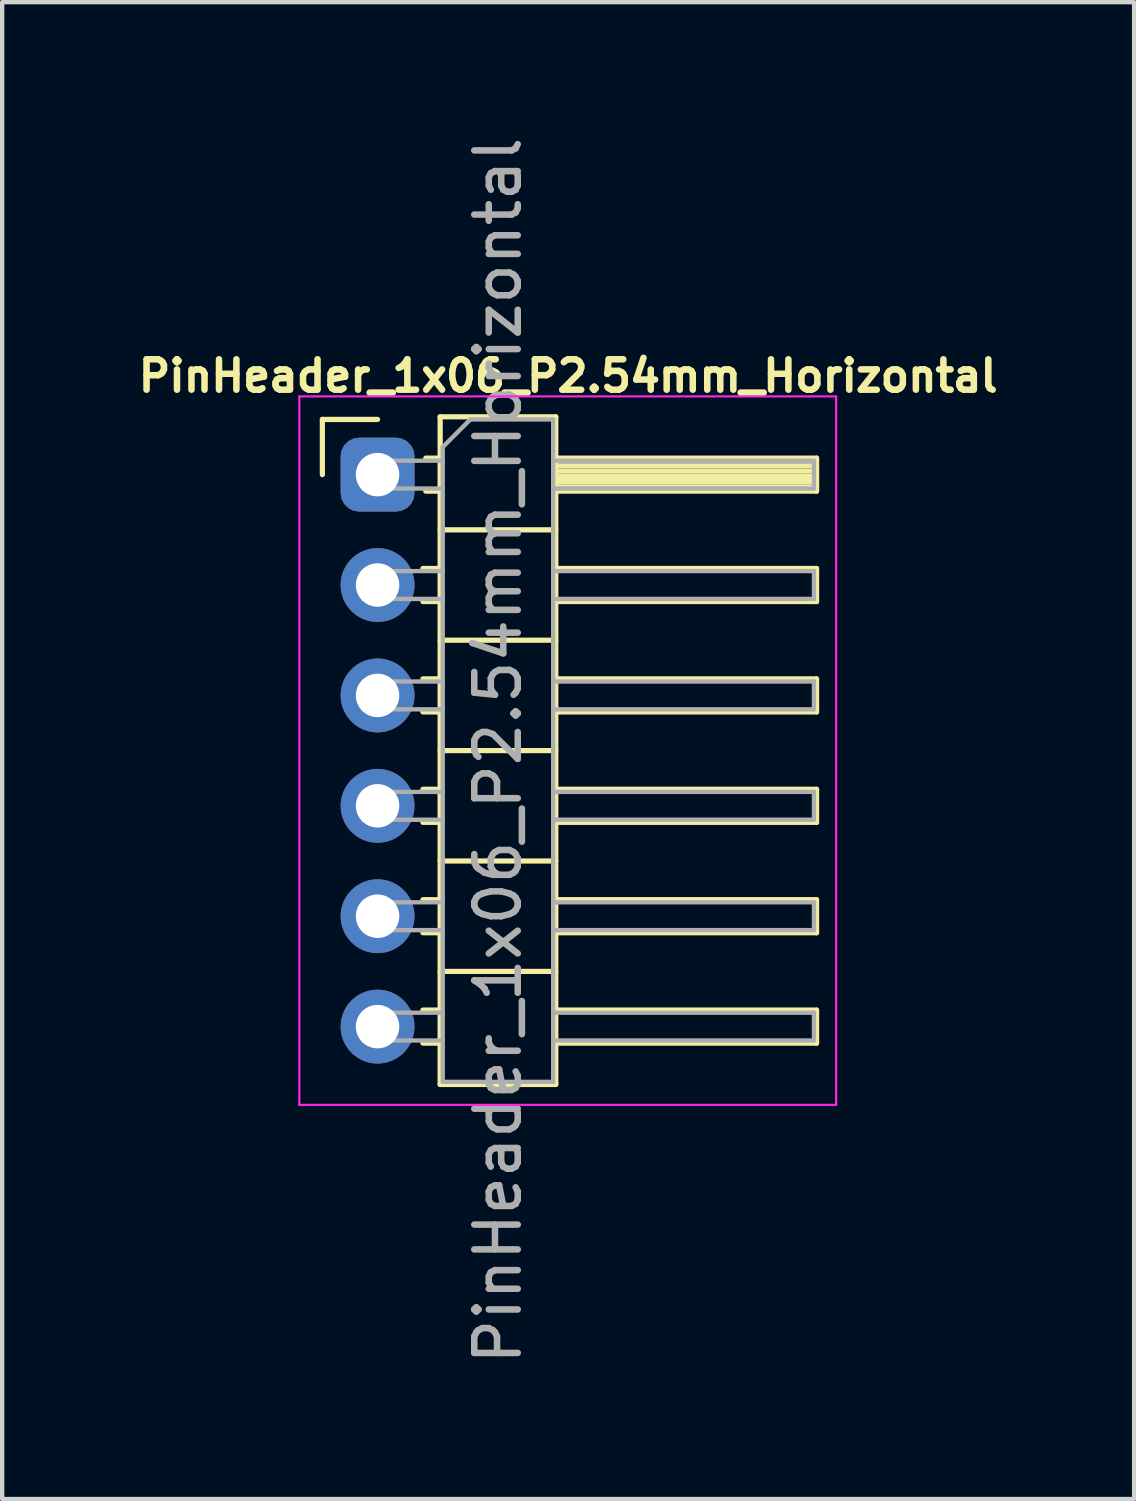
<source format=kicad_pcb>
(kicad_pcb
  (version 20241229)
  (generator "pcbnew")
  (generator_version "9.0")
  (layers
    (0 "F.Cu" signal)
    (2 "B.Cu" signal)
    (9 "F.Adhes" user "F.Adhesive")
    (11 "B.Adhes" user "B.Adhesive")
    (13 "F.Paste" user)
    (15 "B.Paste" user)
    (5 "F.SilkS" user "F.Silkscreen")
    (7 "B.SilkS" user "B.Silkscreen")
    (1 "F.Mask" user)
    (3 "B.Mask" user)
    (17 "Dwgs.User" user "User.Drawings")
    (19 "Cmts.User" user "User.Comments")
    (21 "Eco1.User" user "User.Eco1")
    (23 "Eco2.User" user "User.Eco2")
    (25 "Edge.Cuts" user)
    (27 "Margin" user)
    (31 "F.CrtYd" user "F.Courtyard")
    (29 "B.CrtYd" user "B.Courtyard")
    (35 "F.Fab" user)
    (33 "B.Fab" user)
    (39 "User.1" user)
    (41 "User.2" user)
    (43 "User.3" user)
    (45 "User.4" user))
  (footprint "PinHeader_1x06_P2.54mm_Horizontal"
    (layer "F.Cu")
    (at 5.637 7.87)
    (property "Reference" "PinHeader_1x06_P2.54mm_Horizontal" (at 4.385 -2.27 0) (layer "F.SilkS") (effects (font (size 0.7 0.7) (thickness 0.15))))
    (attr through_hole)
    (fp_line (start -1.27 -1.27) (end 0 -1.27) (stroke (width 0.12) (type solid)) (layer "F.SilkS"))
    (fp_line (start -1.27 0) (end -1.27 -1.27) (stroke (width 0.12) (type solid)) (layer "F.SilkS"))
    (fp_line (start 1.043 2.16) (end 1.44 2.16) (stroke (width 0.12) (type solid)) (layer "F.SilkS"))
    (fp_line (start 1.043 2.92) (end 1.44 2.92) (stroke (width 0.12) (type solid)) (layer "F.SilkS"))
    (fp_line (start 1.043 4.7) (end 1.44 4.7) (stroke (width 0.12) (type solid)) (layer "F.SilkS"))
    (fp_line (start 1.043 5.46) (end 1.44 5.46) (stroke (width 0.12) (type solid)) (layer "F.SilkS"))
    (fp_line (start 1.043 7.24) (end 1.44 7.24) (stroke (width 0.12) (type solid)) (layer "F.SilkS"))
    (fp_line (start 1.043 8) (end 1.44 8) (stroke (width 0.12) (type solid)) (layer "F.SilkS"))
    (fp_line (start 1.043 9.78) (end 1.44 9.78) (stroke (width 0.12) (type solid)) (layer "F.SilkS"))
    (fp_line (start 1.043 10.54) (end 1.44 10.54) (stroke (width 0.12) (type solid)) (layer "F.SilkS"))
    (fp_line (start 1.043 12.32) (end 1.44 12.32) (stroke (width 0.12) (type solid)) (layer "F.SilkS"))
    (fp_line (start 1.043 13.08) (end 1.44 13.08) (stroke (width 0.12) (type solid)) (layer "F.SilkS"))
    (fp_line (start 1.11 -0.38) (end 1.44 -0.38) (stroke (width 0.12) (type solid)) (layer "F.SilkS"))
    (fp_line (start 1.11 0.38) (end 1.44 0.38) (stroke (width 0.12) (type solid)) (layer "F.SilkS"))
    (fp_line (start 1.44 -1.33) (end 1.44 14.03) (stroke (width 0.12) (type solid)) (layer "F.SilkS"))
    (fp_line (start 1.44 1.27) (end 4.1 1.27) (stroke (width 0.12) (type solid)) (layer "F.SilkS"))
    (fp_line (start 1.44 3.81) (end 4.1 3.81) (stroke (width 0.12) (type solid)) (layer "F.SilkS"))
    (fp_line (start 1.44 6.35) (end 4.1 6.35) (stroke (width 0.12) (type solid)) (layer "F.SilkS"))
    (fp_line (start 1.44 8.89) (end 4.1 8.89) (stroke (width 0.12) (type solid)) (layer "F.SilkS"))
    (fp_line (start 1.44 11.43) (end 4.1 11.43) (stroke (width 0.12) (type solid)) (layer "F.SilkS"))
    (fp_line (start 1.44 14.03) (end 4.1 14.03) (stroke (width 0.12) (type solid)) (layer "F.SilkS"))
    (fp_line (start 4.1 -1.33) (end 1.44 -1.33) (stroke (width 0.12) (type solid)) (layer "F.SilkS"))
    (fp_line (start 4.1 -0.38) (end 10.1 -0.38) (stroke (width 0.12) (type solid)) (layer "F.SilkS"))
    (fp_line (start 4.1 -0.32) (end 10.1 -0.32) (stroke (width 0.12) (type solid)) (layer "F.SilkS"))
    (fp_line (start 4.1 -0.2) (end 10.1 -0.2) (stroke (width 0.12) (type solid)) (layer "F.SilkS"))
    (fp_line (start 4.1 -0.08) (end 10.1 -0.08) (stroke (width 0.12) (type solid)) (layer "F.SilkS"))
    (fp_line (start 4.1 0.04) (end 10.1 0.04) (stroke (width 0.12) (type solid)) (layer "F.SilkS"))
    (fp_line (start 4.1 0.16) (end 10.1 0.16) (stroke (width 0.12) (type solid)) (layer "F.SilkS"))
    (fp_line (start 4.1 0.28) (end 10.1 0.28) (stroke (width 0.12) (type solid)) (layer "F.SilkS"))
    (fp_line (start 4.1 2.16) (end 10.1 2.16) (stroke (width 0.12) (type solid)) (layer "F.SilkS"))
    (fp_line (start 4.1 4.7) (end 10.1 4.7) (stroke (width 0.12) (type solid)) (layer "F.SilkS"))
    (fp_line (start 4.1 7.24) (end 10.1 7.24) (stroke (width 0.12) (type solid)) (layer "F.SilkS"))
    (fp_line (start 4.1 9.78) (end 10.1 9.78) (stroke (width 0.12) (type solid)) (layer "F.SilkS"))
    (fp_line (start 4.1 12.32) (end 10.1 12.32) (stroke (width 0.12) (type solid)) (layer "F.SilkS"))
    (fp_line (start 4.1 14.03) (end 4.1 -1.33) (stroke (width 0.12) (type solid)) (layer "F.SilkS"))
    (fp_line (start 10.1 -0.38) (end 10.1 0.38) (stroke (width 0.12) (type solid)) (layer "F.SilkS"))
    (fp_line (start 10.1 0.38) (end 4.1 0.38) (stroke (width 0.12) (type solid)) (layer "F.SilkS"))
    (fp_line (start 10.1 2.16) (end 10.1 2.92) (stroke (width 0.12) (type solid)) (layer "F.SilkS"))
    (fp_line (start 10.1 2.92) (end 4.1 2.92) (stroke (width 0.12) (type solid)) (layer "F.SilkS"))
    (fp_line (start 10.1 4.7) (end 10.1 5.46) (stroke (width 0.12) (type solid)) (layer "F.SilkS"))
    (fp_line (start 10.1 5.46) (end 4.1 5.46) (stroke (width 0.12) (type solid)) (layer "F.SilkS"))
    (fp_line (start 10.1 7.24) (end 10.1 8) (stroke (width 0.12) (type solid)) (layer "F.SilkS"))
    (fp_line (start 10.1 8) (end 4.1 8) (stroke (width 0.12) (type solid)) (layer "F.SilkS"))
    (fp_line (start 10.1 9.78) (end 10.1 10.54) (stroke (width 0.12) (type solid)) (layer "F.SilkS"))
    (fp_line (start 10.1 10.54) (end 4.1 10.54) (stroke (width 0.12) (type solid)) (layer "F.SilkS"))
    (fp_line (start 10.1 12.32) (end 10.1 13.08) (stroke (width 0.12) (type solid)) (layer "F.SilkS"))
    (fp_line (start 10.1 13.08) (end 4.1 13.08) (stroke (width 0.12) (type solid)) (layer "F.SilkS"))
    (fp_line (start -1.8 -1.8) (end -1.8 14.5) (stroke (width 0.05) (type solid)) (layer "F.CrtYd"))
    (fp_line (start -1.8 14.5) (end 10.55 14.5) (stroke (width 0.05) (type solid)) (layer "F.CrtYd"))
    (fp_line (start 10.55 -1.8) (end -1.8 -1.8) (stroke (width 0.05) (type solid)) (layer "F.CrtYd"))
    (fp_line (start 10.55 14.5) (end 10.55 -1.8) (stroke (width 0.05) (type solid)) (layer "F.CrtYd"))
    (fp_line (start -0.32 -0.32) (end -0.32 0.32) (stroke (width 0.1) (type solid)) (layer "F.Fab"))
    (fp_line (start -0.32 -0.32) (end 1.5 -0.32) (stroke (width 0.1) (type solid)) (layer "F.Fab"))
    (fp_line (start -0.32 0.32) (end 1.5 0.32) (stroke (width 0.1) (type solid)) (layer "F.Fab"))
    (fp_line (start -0.32 2.22) (end -0.32 2.86) (stroke (width 0.1) (type solid)) (layer "F.Fab"))
    (fp_line (start -0.32 2.22) (end 1.5 2.22) (stroke (width 0.1) (type solid)) (layer "F.Fab"))
    (fp_line (start -0.32 2.86) (end 1.5 2.86) (stroke (width 0.1) (type solid)) (layer "F.Fab"))
    (fp_line (start -0.32 4.76) (end -0.32 5.4) (stroke (width 0.1) (type solid)) (layer "F.Fab"))
    (fp_line (start -0.32 4.76) (end 1.5 4.76) (stroke (width 0.1) (type solid)) (layer "F.Fab"))
    (fp_line (start -0.32 5.4) (end 1.5 5.4) (stroke (width 0.1) (type solid)) (layer "F.Fab"))
    (fp_line (start -0.32 7.3) (end -0.32 7.94) (stroke (width 0.1) (type solid)) (layer "F.Fab"))
    (fp_line (start -0.32 7.3) (end 1.5 7.3) (stroke (width 0.1) (type solid)) (layer "F.Fab"))
    (fp_line (start -0.32 7.94) (end 1.5 7.94) (stroke (width 0.1) (type solid)) (layer "F.Fab"))
    (fp_line (start -0.32 9.84) (end -0.32 10.48) (stroke (width 0.1) (type solid)) (layer "F.Fab"))
    (fp_line (start -0.32 9.84) (end 1.5 9.84) (stroke (width 0.1) (type solid)) (layer "F.Fab"))
    (fp_line (start -0.32 10.48) (end 1.5 10.48) (stroke (width 0.1) (type solid)) (layer "F.Fab"))
    (fp_line (start -0.32 12.38) (end -0.32 13.02) (stroke (width 0.1) (type solid)) (layer "F.Fab"))
    (fp_line (start -0.32 12.38) (end 1.5 12.38) (stroke (width 0.1) (type solid)) (layer "F.Fab"))
    (fp_line (start -0.32 13.02) (end 1.5 13.02) (stroke (width 0.1) (type solid)) (layer "F.Fab"))
    (fp_line (start 1.5 -0.635) (end 2.135 -1.27) (stroke (width 0.1) (type solid)) (layer "F.Fab"))
    (fp_line (start 1.5 13.97) (end 1.5 -0.635) (stroke (width 0.1) (type solid)) (layer "F.Fab"))
    (fp_line (start 2.135 -1.27) (end 4.04 -1.27) (stroke (width 0.1) (type solid)) (layer "F.Fab"))
    (fp_line (start 4.04 -1.27) (end 4.04 13.97) (stroke (width 0.1) (type solid)) (layer "F.Fab"))
    (fp_line (start 4.04 -0.32) (end 10.04 -0.32) (stroke (width 0.1) (type solid)) (layer "F.Fab"))
    (fp_line (start 4.04 0.32) (end 10.04 0.32) (stroke (width 0.1) (type solid)) (layer "F.Fab"))
    (fp_line (start 4.04 2.22) (end 10.04 2.22) (stroke (width 0.1) (type solid)) (layer "F.Fab"))
    (fp_line (start 4.04 2.86) (end 10.04 2.86) (stroke (width 0.1) (type solid)) (layer "F.Fab"))
    (fp_line (start 4.04 4.76) (end 10.04 4.76) (stroke (width 0.1) (type solid)) (layer "F.Fab"))
    (fp_line (start 4.04 5.4) (end 10.04 5.4) (stroke (width 0.1) (type solid)) (layer "F.Fab"))
    (fp_line (start 4.04 7.3) (end 10.04 7.3) (stroke (width 0.1) (type solid)) (layer "F.Fab"))
    (fp_line (start 4.04 7.94) (end 10.04 7.94) (stroke (width 0.1) (type solid)) (layer "F.Fab"))
    (fp_line (start 4.04 9.84) (end 10.04 9.84) (stroke (width 0.1) (type solid)) (layer "F.Fab"))
    (fp_line (start 4.04 10.48) (end 10.04 10.48) (stroke (width 0.1) (type solid)) (layer "F.Fab"))
    (fp_line (start 4.04 12.38) (end 10.04 12.38) (stroke (width 0.1) (type solid)) (layer "F.Fab"))
    (fp_line (start 4.04 13.02) (end 10.04 13.02) (stroke (width 0.1) (type solid)) (layer "F.Fab"))
    (fp_line (start 4.04 13.97) (end 1.5 13.97) (stroke (width 0.1) (type solid)) (layer "F.Fab"))
    (fp_line (start 10.04 -0.32) (end 10.04 0.32) (stroke (width 0.1) (type solid)) (layer "F.Fab"))
    (fp_line (start 10.04 2.22) (end 10.04 2.86) (stroke (width 0.1) (type solid)) (layer "F.Fab"))
    (fp_line (start 10.04 4.76) (end 10.04 5.4) (stroke (width 0.1) (type solid)) (layer "F.Fab"))
    (fp_line (start 10.04 7.3) (end 10.04 7.94) (stroke (width 0.1) (type solid)) (layer "F.Fab"))
    (fp_line (start 10.04 9.84) (end 10.04 10.48) (stroke (width 0.1) (type solid)) (layer "F.Fab"))
    (fp_line (start 10.04 12.38) (end 10.04 13.02) (stroke (width 0.1) (type solid)) (layer "F.Fab"))
    (fp_text user "${REFERENCE}" (at 2.77 6.35 90) (layer "F.Fab") (effects (font (size 1 1) (thickness 0.15))))
    (pad "1" thru_hole roundrect (at 0 0) (size 1.7 1.7) (drill 1) (layers "*.Cu" "*.Mask") (roundrect_rratio 0.25))
    (pad "2" thru_hole oval (at 0 2.54) (size 1.7 1.7) (drill 1) (layers "*.Cu" "*.Mask"))
    (pad "3" thru_hole oval (at 0 5.08) (size 1.7 1.7) (drill 1) (layers "*.Cu" "*.Mask"))
    (pad "4" thru_hole oval (at 0 7.62) (size 1.7 1.7) (drill 1) (layers "*.Cu" "*.Mask"))
    (pad "5" thru_hole oval (at 0 10.16) (size 1.7 1.7) (drill 1) (layers "*.Cu" "*.Mask"))
    (pad "6" thru_hole oval (at 0 12.7) (size 1.7 1.7) (drill 1) (layers "*.Cu" "*.Mask")))
  (gr_rect
    (start -3 -3)
    (end 23.043 31.44)
    (stroke (width 0.1) (type default))
    (fill no)
    (layer "Edge.Cuts")))
</source>
